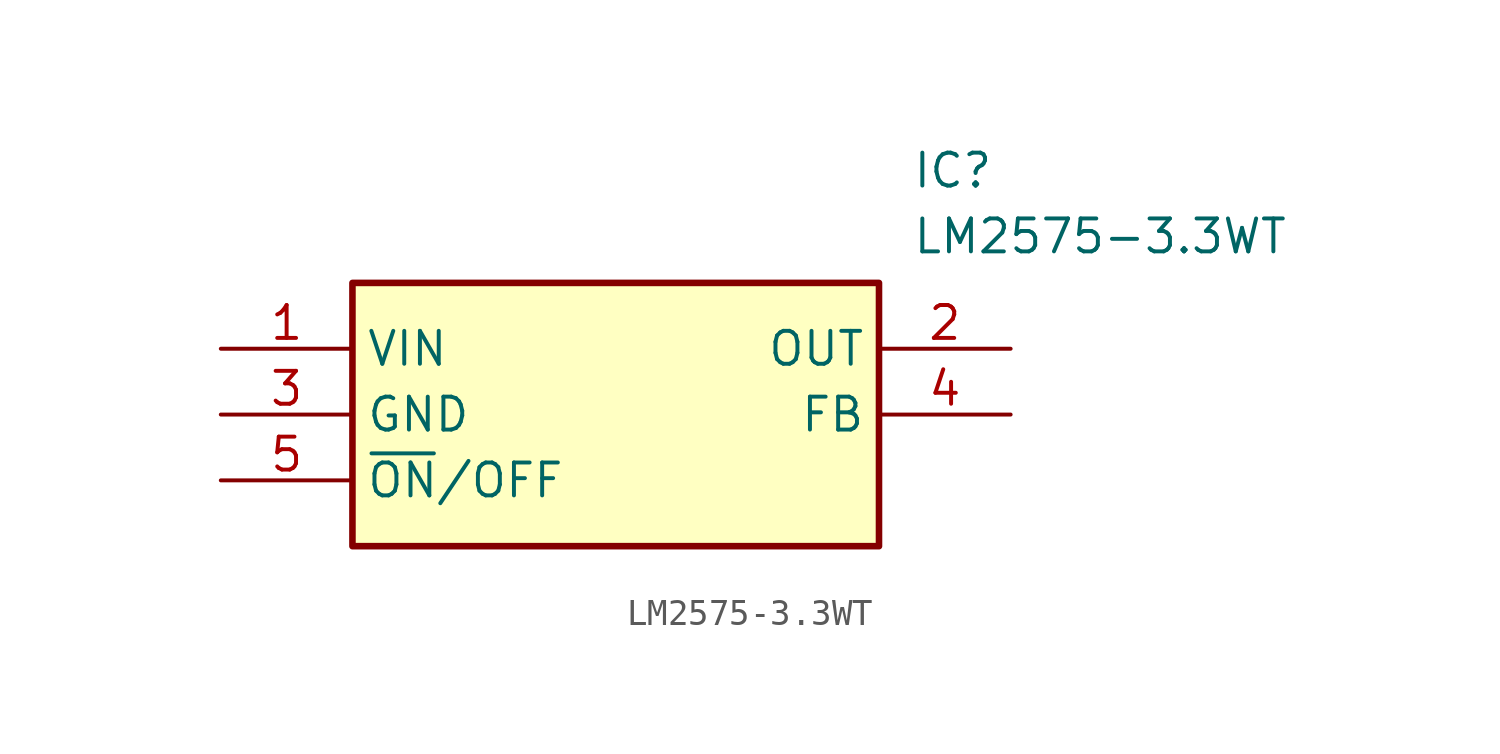
<source format=kicad_sym>
(kicad_symbol_lib
  (version 20211014)
  (generator SamacSys_ECAD_Model)
  (symbol "LM2575-3.3WT"
    (property "Reference" "IC"
      (at 26.67 7.62 0)
      (effects (font (size 1.27 1.27)) (justify left top)))
    (property "Value" "LM2575-3.3WT"
      (at 26.67 5.08 0)
      (effects (font (size 1.27 1.27)) (justify left top)))
    (rectangle
      (start 5.08 2.54)
      (end 25.4 -7.62)
      (stroke (width 0.254) (type default))
      (fill (type background)))
    (pin passive line
      (at 0 0 0)
      (length 5.08)
      (name "VIN" (effects (font (size 1.27 1.27))))
      (number "1" (effects (font (size 1.27 1.27)))))
    (pin passive line
      (at 30.48 0 180)
      (length 5.08)
      (name "OUT" (effects (font (size 1.27 1.27))))
      (number "2" (effects (font (size 1.27 1.27)))))
    (pin passive line
      (at 0 -2.54 0)
      (length 5.08)
      (name "GND" (effects (font (size 1.27 1.27))))
      (number "3" (effects (font (size 1.27 1.27)))))
    (pin passive line
      (at 30.48 -2.54 180)
      (length 5.08)
      (name "FB" (effects (font (size 1.27 1.27))))
      (number "4" (effects (font (size 1.27 1.27)))))
    (pin passive line
      (at 0 -5.08 0)
      (length 5.08)
      (name "~{ON}/OFF" (effects (font (size 1.27 1.27))))
      (number "5" (effects (font (size 1.27 1.27)))))))
</source>
